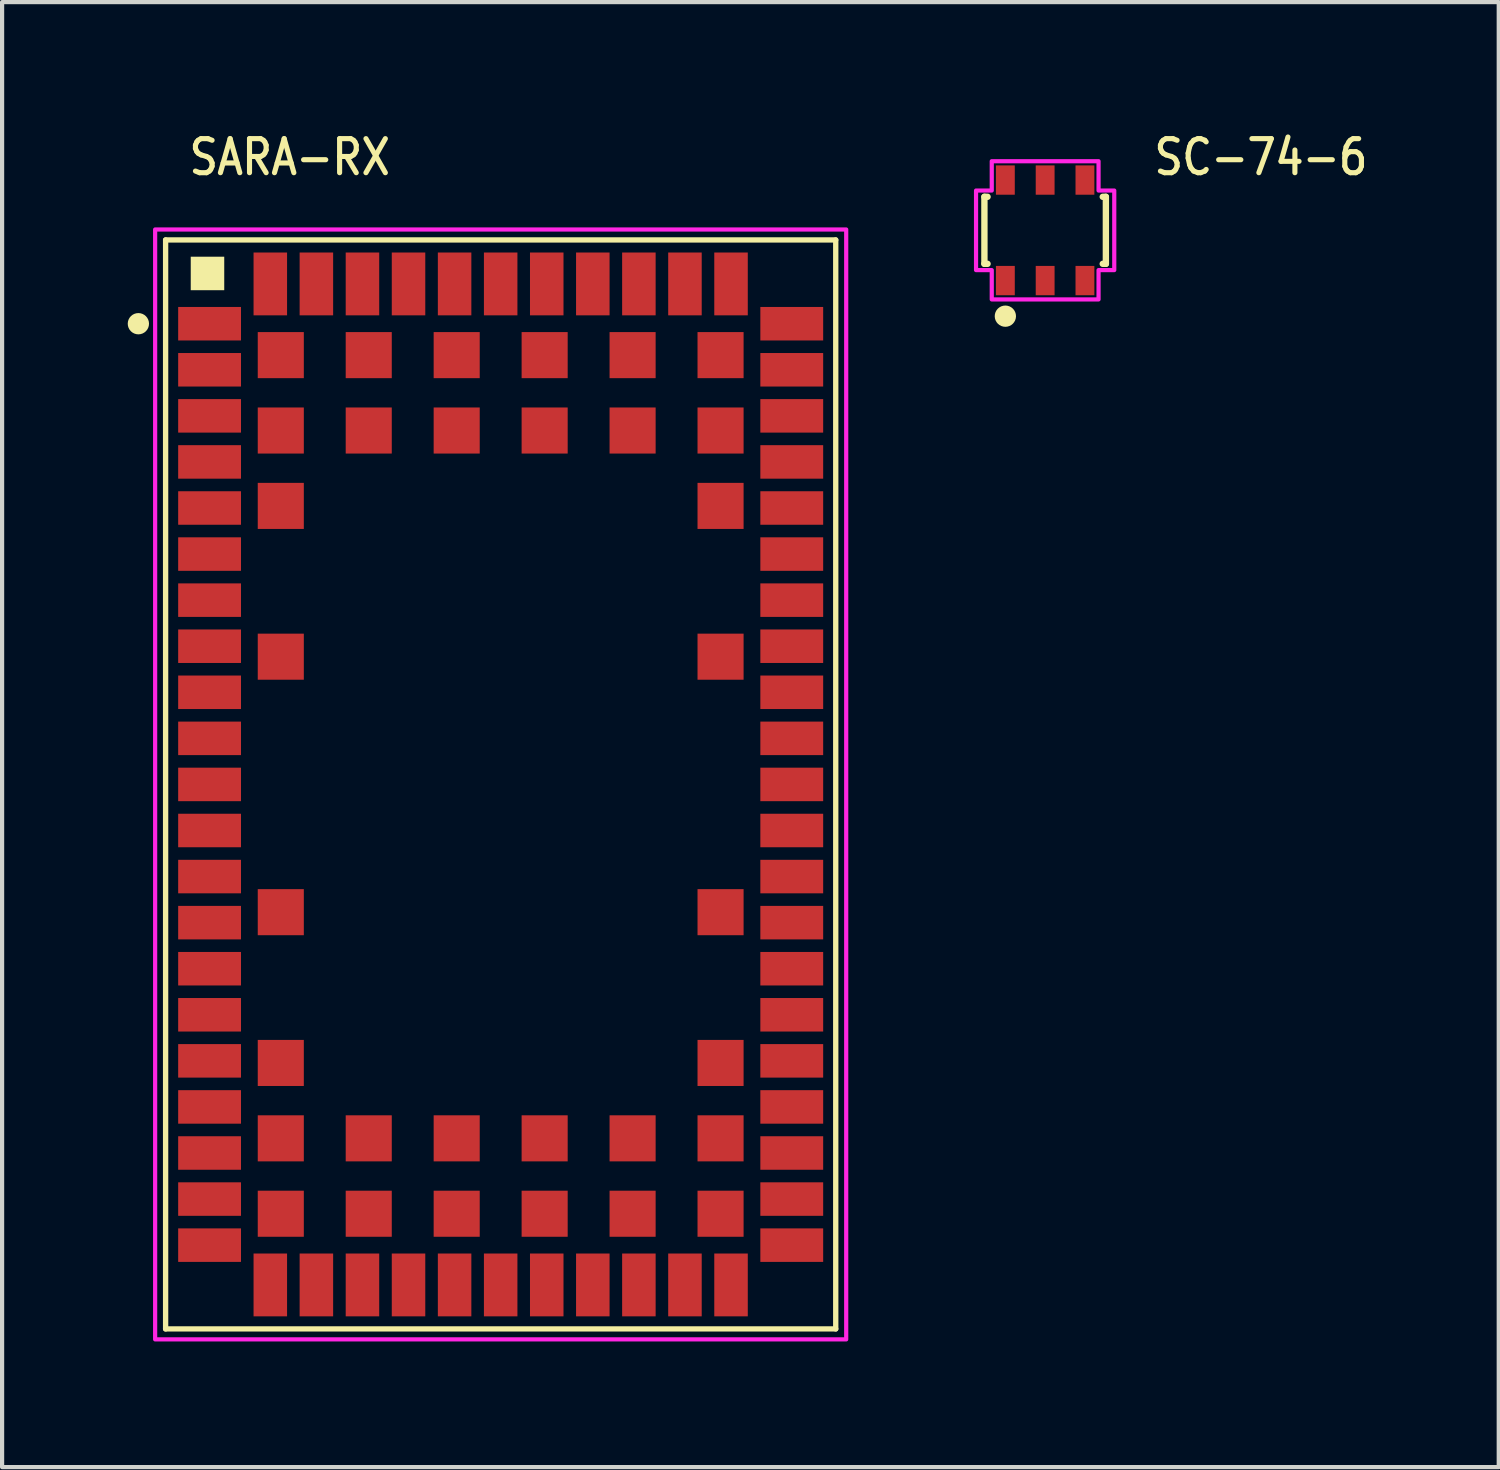
<source format=kicad_pcb>
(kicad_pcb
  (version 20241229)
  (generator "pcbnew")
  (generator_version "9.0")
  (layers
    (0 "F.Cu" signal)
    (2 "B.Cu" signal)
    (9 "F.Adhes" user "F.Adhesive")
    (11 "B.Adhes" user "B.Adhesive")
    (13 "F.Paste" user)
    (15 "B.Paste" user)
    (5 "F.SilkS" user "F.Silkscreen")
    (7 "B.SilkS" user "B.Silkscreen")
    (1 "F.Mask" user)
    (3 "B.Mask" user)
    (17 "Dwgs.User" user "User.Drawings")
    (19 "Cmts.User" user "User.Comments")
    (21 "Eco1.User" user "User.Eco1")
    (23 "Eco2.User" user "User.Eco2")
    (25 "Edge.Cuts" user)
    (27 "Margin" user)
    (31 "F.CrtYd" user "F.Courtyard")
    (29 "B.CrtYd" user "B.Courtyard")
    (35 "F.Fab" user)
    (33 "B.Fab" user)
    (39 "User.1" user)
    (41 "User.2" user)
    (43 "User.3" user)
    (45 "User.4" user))
  (footprint "SARA-RX"
    (layer "F.Cu")
    (at 8.904 15.679)
    (property "Reference" "SARA-RX" (at -7.5 -14.5 0) (unlocked yes) (layer "F.SilkS") (effects (font (size 0.813 0.695) (thickness 0.122)) (justify left bottom)))
    (fp_line (start -8 -13) (end 8 -13) (stroke (width 0.127) (type solid)) (layer "F.SilkS"))
    (fp_line (start -8 13) (end -8 -13) (stroke (width 0.127) (type solid)) (layer "F.SilkS"))
    (fp_line (start 8 -13) (end 8 13) (stroke (width 0.127) (type solid)) (layer "F.SilkS"))
    (fp_line (start 8 13) (end -8 13) (stroke (width 0.127) (type solid)) (layer "F.SilkS"))
    (fp_rect (start -7.4 -11.8) (end -6.6 -12.6) (stroke (width 0) (type solid)) (fill yes) (layer "F.SilkS"))
    (fp_circle (center -8.65 -11) (end -8.396 -11) (stroke (width 0) (type solid)) (fill yes) (layer "F.SilkS"))
    (fp_poly (pts (xy -8.25 -13.25) (xy 8.25 -13.25) (xy 8.25 13.25) (xy -8.25 13.25)) (stroke (width 0.1) (type solid)) (fill no) (layer "F.CrtYd"))
    (pad "1" smd rect (at -6.95 -11) (size 1.5 0.8) (layers "F.Cu" "F.Mask" "F.Paste"))
    (pad "2" smd rect (at -6.95 -9.9) (size 1.5 0.8) (layers "F.Cu" "F.Mask" "F.Paste"))
    (pad "3" smd rect (at -6.95 -8.8) (size 1.5 0.8) (layers "F.Cu" "F.Mask" "F.Paste"))
    (pad "4" smd rect (at -6.95 -7.7) (size 1.5 0.8) (layers "F.Cu" "F.Mask" "F.Paste"))
    (pad "5" smd rect (at -6.95 -6.6) (size 1.5 0.8) (layers "F.Cu" "F.Mask" "F.Paste"))
    (pad "6" smd rect (at -6.95 -5.5) (size 1.5 0.8) (layers "F.Cu" "F.Mask" "F.Paste"))
    (pad "7" smd rect (at -6.95 -4.4) (size 1.5 0.8) (layers "F.Cu" "F.Mask" "F.Paste"))
    (pad "8" smd rect (at -6.95 -3.3) (size 1.5 0.8) (layers "F.Cu" "F.Mask" "F.Paste"))
    (pad "9" smd rect (at -6.95 -2.2) (size 1.5 0.8) (layers "F.Cu" "F.Mask" "F.Paste"))
    (pad "10" smd rect (at -6.95 -1.1) (size 1.5 0.8) (layers "F.Cu" "F.Mask" "F.Paste"))
    (pad "11" smd rect (at -6.95 0) (size 1.5 0.8) (layers "F.Cu" "F.Mask" "F.Paste"))
    (pad "12" smd rect (at -6.95 1.1) (size 1.5 0.8) (layers "F.Cu" "F.Mask" "F.Paste"))
    (pad "13" smd rect (at -6.95 2.2) (size 1.5 0.8) (layers "F.Cu" "F.Mask" "F.Paste"))
    (pad "14" smd rect (at -6.95 3.3) (size 1.5 0.8) (layers "F.Cu" "F.Mask" "F.Paste"))
    (pad "15" smd rect (at -6.95 4.4) (size 1.5 0.8) (layers "F.Cu" "F.Mask" "F.Paste"))
    (pad "16" smd rect (at -6.95 5.5) (size 1.5 0.8) (layers "F.Cu" "F.Mask" "F.Paste"))
    (pad "17" smd rect (at -6.95 6.6) (size 1.5 0.8) (layers "F.Cu" "F.Mask" "F.Paste"))
    (pad "18" smd rect (at -6.95 7.7) (size 1.5 0.8) (layers "F.Cu" "F.Mask" "F.Paste"))
    (pad "19" smd rect (at -6.95 8.8) (size 1.5 0.8) (layers "F.Cu" "F.Mask" "F.Paste"))
    (pad "20" smd rect (at -6.95 9.9) (size 1.5 0.8) (layers "F.Cu" "F.Mask" "F.Paste"))
    (pad "21" smd rect (at -6.95 11) (size 1.5 0.8) (layers "F.Cu" "F.Mask" "F.Paste"))
    (pad "22" smd rect (at -5.5 11.95) (size 0.8 1.5) (layers "F.Cu" "F.Mask" "F.Paste"))
    (pad "23" smd rect (at -4.4 11.95) (size 0.8 1.5) (layers "F.Cu" "F.Mask" "F.Paste"))
    (pad "24" smd rect (at -3.3 11.95) (size 0.8 1.5) (layers "F.Cu" "F.Mask" "F.Paste"))
    (pad "25" smd rect (at -2.2 11.95) (size 0.8 1.5) (layers "F.Cu" "F.Mask" "F.Paste"))
    (pad "26" smd rect (at -1.1 11.95) (size 0.8 1.5) (layers "F.Cu" "F.Mask" "F.Paste"))
    (pad "27" smd rect (at 0 11.95) (size 0.8 1.5) (layers "F.Cu" "F.Mask" "F.Paste"))
    (pad "28" smd rect (at 1.1 11.95) (size 0.8 1.5) (layers "F.Cu" "F.Mask" "F.Paste"))
    (pad "29" smd rect (at 2.2 11.95) (size 0.8 1.5) (layers "F.Cu" "F.Mask" "F.Paste"))
    (pad "30" smd rect (at 3.3 11.95) (size 0.8 1.5) (layers "F.Cu" "F.Mask" "F.Paste"))
    (pad "31" smd rect (at 4.4 11.95) (size 0.8 1.5) (layers "F.Cu" "F.Mask" "F.Paste"))
    (pad "32" smd rect (at 5.5 11.95) (size 0.8 1.5) (layers "F.Cu" "F.Mask" "F.Paste"))
    (pad "33" smd rect (at 6.95 11) (size 1.5 0.8) (layers "F.Cu" "F.Mask" "F.Paste"))
    (pad "34" smd rect (at 6.95 9.9) (size 1.5 0.8) (layers "F.Cu" "F.Mask" "F.Paste"))
    (pad "35" smd rect (at 6.95 8.8) (size 1.5 0.8) (layers "F.Cu" "F.Mask" "F.Paste"))
    (pad "36" smd rect (at 6.95 7.7) (size 1.5 0.8) (layers "F.Cu" "F.Mask" "F.Paste"))
    (pad "37" smd rect (at 6.95 6.6) (size 1.5 0.8) (layers "F.Cu" "F.Mask" "F.Paste"))
    (pad "38" smd rect (at 6.95 5.5) (size 1.5 0.8) (layers "F.Cu" "F.Mask" "F.Paste"))
    (pad "39" smd rect (at 6.95 4.4) (size 1.5 0.8) (layers "F.Cu" "F.Mask" "F.Paste"))
    (pad "40" smd rect (at 6.95 3.3) (size 1.5 0.8) (layers "F.Cu" "F.Mask" "F.Paste"))
    (pad "41" smd rect (at 6.95 2.2) (size 1.5 0.8) (layers "F.Cu" "F.Mask" "F.Paste"))
    (pad "42" smd rect (at 6.95 1.1) (size 1.5 0.8) (layers "F.Cu" "F.Mask" "F.Paste"))
    (pad "43" smd rect (at 6.95 0) (size 1.5 0.8) (layers "F.Cu" "F.Mask" "F.Paste"))
    (pad "44" smd rect (at 6.95 -1.1) (size 1.5 0.8) (layers "F.Cu" "F.Mask" "F.Paste"))
    (pad "45" smd rect (at 6.95 -2.2) (size 1.5 0.8) (layers "F.Cu" "F.Mask" "F.Paste"))
    (pad "46" smd rect (at 6.95 -3.3) (size 1.5 0.8) (layers "F.Cu" "F.Mask" "F.Paste"))
    (pad "47" smd rect (at 6.95 -4.4) (size 1.5 0.8) (layers "F.Cu" "F.Mask" "F.Paste"))
    (pad "48" smd rect (at 6.95 -5.5) (size 1.5 0.8) (layers "F.Cu" "F.Mask" "F.Paste"))
    (pad "49" smd rect (at 6.95 -6.6) (size 1.5 0.8) (layers "F.Cu" "F.Mask" "F.Paste"))
    (pad "50" smd rect (at 6.95 -7.7) (size 1.5 0.8) (layers "F.Cu" "F.Mask" "F.Paste"))
    (pad "51" smd rect (at 6.95 -8.8) (size 1.5 0.8) (layers "F.Cu" "F.Mask" "F.Paste"))
    (pad "52" smd rect (at 6.95 -9.9) (size 1.5 0.8) (layers "F.Cu" "F.Mask" "F.Paste"))
    (pad "53" smd rect (at 6.95 -11) (size 1.5 0.8) (layers "F.Cu" "F.Mask" "F.Paste"))
    (pad "54" smd rect (at 5.5 -11.95) (size 0.8 1.5) (layers "F.Cu" "F.Mask" "F.Paste"))
    (pad "55" smd rect (at 4.4 -11.95) (size 0.8 1.5) (layers "F.Cu" "F.Mask" "F.Paste"))
    (pad "56" smd rect (at 3.3 -11.95) (size 0.8 1.5) (layers "F.Cu" "F.Mask" "F.Paste"))
    (pad "57" smd rect (at 2.2 -11.95) (size 0.8 1.5) (layers "F.Cu" "F.Mask" "F.Paste"))
    (pad "58" smd rect (at 1.1 -11.95) (size 0.8 1.5) (layers "F.Cu" "F.Mask" "F.Paste"))
    (pad "59" smd rect (at 0 -11.95) (size 0.8 1.5) (layers "F.Cu" "F.Mask" "F.Paste"))
    (pad "60" smd rect (at -1.1 -11.95) (size 0.8 1.5) (layers "F.Cu" "F.Mask" "F.Paste"))
    (pad "61" smd rect (at -2.2 -11.95) (size 0.8 1.5) (layers "F.Cu" "F.Mask" "F.Paste"))
    (pad "62" smd rect (at -3.3 -11.95) (size 0.8 1.5) (layers "F.Cu" "F.Mask" "F.Paste"))
    (pad "63" smd rect (at -4.4 -11.95) (size 0.8 1.5) (layers "F.Cu" "F.Mask" "F.Paste"))
    (pad "64" smd rect (at -5.5 -11.95) (size 0.8 1.5) (layers "F.Cu" "F.Mask" "F.Paste"))
    (pad "65" smd rect (at -5.25 -10.25) (size 1.1 1.1) (layers "F.Cu" "F.Mask" "F.Paste"))
    (pad "66" smd rect (at -3.15 -10.25) (size 1.1 1.1) (layers "F.Cu" "F.Mask" "F.Paste"))
    (pad "67" smd rect (at -1.05 -10.25) (size 1.1 1.1) (layers "F.Cu" "F.Mask" "F.Paste"))
    (pad "68" smd rect (at 1.05 -10.25) (size 1.1 1.1) (layers "F.Cu" "F.Mask" "F.Paste"))
    (pad "69" smd rect (at 3.15 -10.25) (size 1.1 1.1) (layers "F.Cu" "F.Mask" "F.Paste"))
    (pad "70" smd rect (at 5.25 -10.25) (size 1.1 1.1) (layers "F.Cu" "F.Mask" "F.Paste"))
    (pad "71" smd rect (at -5.25 -8.45) (size 1.1 1.1) (layers "F.Cu" "F.Mask" "F.Paste"))
    (pad "72" smd rect (at -3.15 -8.45) (size 1.1 1.1) (layers "F.Cu" "F.Mask" "F.Paste"))
    (pad "73" smd rect (at -1.05 -8.45) (size 1.1 1.1) (layers "F.Cu" "F.Mask" "F.Paste"))
    (pad "74" smd rect (at 1.05 -8.45) (size 1.1 1.1) (layers "F.Cu" "F.Mask" "F.Paste"))
    (pad "75" smd rect (at 3.15 -8.45) (size 1.1 1.1) (layers "F.Cu" "F.Mask" "F.Paste"))
    (pad "76" smd rect (at 5.25 -8.45) (size 1.1 1.1) (layers "F.Cu" "F.Mask" "F.Paste"))
    (pad "77" smd rect (at -5.25 -6.65) (size 1.1 1.1) (layers "F.Cu" "F.Mask" "F.Paste"))
    (pad "78" smd rect (at 5.25 -6.65) (size 1.1 1.1) (layers "F.Cu" "F.Mask" "F.Paste"))
    (pad "79" smd rect (at -5.25 -3.05) (size 1.1 1.1) (layers "F.Cu" "F.Mask" "F.Paste"))
    (pad "80" smd rect (at 5.25 -3.05) (size 1.1 1.1) (layers "F.Cu" "F.Mask" "F.Paste"))
    (pad "81" smd rect (at -5.25 3.05) (size 1.1 1.1) (layers "F.Cu" "F.Mask" "F.Paste"))
    (pad "82" smd rect (at 5.25 3.05) (size 1.1 1.1) (layers "F.Cu" "F.Mask" "F.Paste"))
    (pad "83" smd rect (at -5.25 6.65) (size 1.1 1.1) (layers "F.Cu" "F.Mask" "F.Paste"))
    (pad "84" smd rect (at 5.25 6.65) (size 1.1 1.1) (layers "F.Cu" "F.Mask" "F.Paste"))
    (pad "85" smd rect (at -5.25 8.45) (size 1.1 1.1) (layers "F.Cu" "F.Mask" "F.Paste"))
    (pad "86" smd rect (at -3.15 8.45) (size 1.1 1.1) (layers "F.Cu" "F.Mask" "F.Paste"))
    (pad "87" smd rect (at -1.05 8.45) (size 1.1 1.1) (layers "F.Cu" "F.Mask" "F.Paste"))
    (pad "88" smd rect (at 1.05 8.45) (size 1.1 1.1) (layers "F.Cu" "F.Mask" "F.Paste"))
    (pad "89" smd rect (at 3.15 8.45) (size 1.1 1.1) (layers "F.Cu" "F.Mask" "F.Paste"))
    (pad "90" smd rect (at 5.25 8.45) (size 1.1 1.1) (layers "F.Cu" "F.Mask" "F.Paste"))
    (pad "91" smd rect (at -5.25 10.25) (size 1.1 1.1) (layers "F.Cu" "F.Mask" "F.Paste"))
    (pad "92" smd rect (at -3.15 10.25) (size 1.1 1.1) (layers "F.Cu" "F.Mask" "F.Paste"))
    (pad "93" smd rect (at -1.05 10.25) (size 1.1 1.1) (layers "F.Cu" "F.Mask" "F.Paste"))
    (pad "94" smd rect (at 1.05 10.25) (size 1.1 1.1) (layers "F.Cu" "F.Mask" "F.Paste"))
    (pad "95" smd rect (at 3.15 10.25) (size 1.1 1.1) (layers "F.Cu" "F.Mask" "F.Paste"))
    (pad "96" smd rect (at 5.25 10.25) (size 1.1 1.1) (layers "F.Cu" "F.Mask" "F.Paste")))
  (footprint "SC-74-6"
    (layer "F.Cu")
    (at 21.904 2.449)
    (property "Reference" "SC-74-6" (at 2.54 -1.27 0) (unlocked yes) (layer "F.SilkS") (effects (font (size 0.813 0.695) (thickness 0.122)) (justify left bottom)))
    (fp_line (start -1.45 -0.8) (end -1.45 0.8) (stroke (width 0.152) (type solid)) (layer "F.SilkS"))
    (fp_line (start -1.45 0.8) (end -1.375 0.8) (stroke (width 0.152) (type solid)) (layer "F.SilkS"))
    (fp_line (start -1.375 -0.8) (end -1.45 -0.8) (stroke (width 0.152) (type solid)) (layer "F.SilkS"))
    (fp_line (start 1.375 -0.8) (end 1.45 -0.8) (stroke (width 0.152) (type solid)) (layer "F.SilkS"))
    (fp_line (start 1.45 -0.8) (end 1.45 0.8) (stroke (width 0.152) (type solid)) (layer "F.SilkS"))
    (fp_line (start 1.45 0.8) (end 1.375 0.8) (stroke (width 0.152) (type solid)) (layer "F.SilkS"))
    (fp_circle (center -0.95 2.05) (end -0.696 2.05) (stroke (width 0) (type solid)) (fill yes) (layer "F.SilkS"))
    (fp_poly (pts (xy -1.275 -1.65) (xy 1.275 -1.65) (xy 1.275 -0.95) (xy 1.65 -0.95) (xy 1.65 0.95) (xy 1.275 0.95) (xy 1.275 1.65) (xy -1.275 1.65) (xy -1.275 0.95) (xy -1.65 0.95) (xy -1.65 -0.95) (xy -1.275 -0.95)) (stroke (width 0.1) (type solid)) (fill no) (layer "F.CrtYd"))
    (pad "1" smd rect (at -0.95 1.2) (size 0.45 0.7) (layers "F.Cu" "F.Mask" "F.Paste"))
    (pad "2" smd rect (at 0 1.2) (size 0.45 0.7) (layers "F.Cu" "F.Mask" "F.Paste"))
    (pad "3" smd rect (at 0.95 1.2) (size 0.45 0.7) (layers "F.Cu" "F.Mask" "F.Paste"))
    (pad "4" smd rect (at 0.95 -1.2) (size 0.45 0.7) (layers "F.Cu" "F.Mask" "F.Paste"))
    (pad "5" smd rect (at 0 -1.2) (size 0.45 0.7) (layers "F.Cu" "F.Mask" "F.Paste"))
    (pad "6" smd rect (at -0.95 -1.2) (size 0.45 0.7) (layers "F.Cu" "F.Mask" "F.Paste")))
  (gr_rect
    (start -3 -3)
    (end 32.734 31.979)
    (stroke (width 0.1) (type default))
    (fill no)
    (layer "Edge.Cuts")))
</source>
